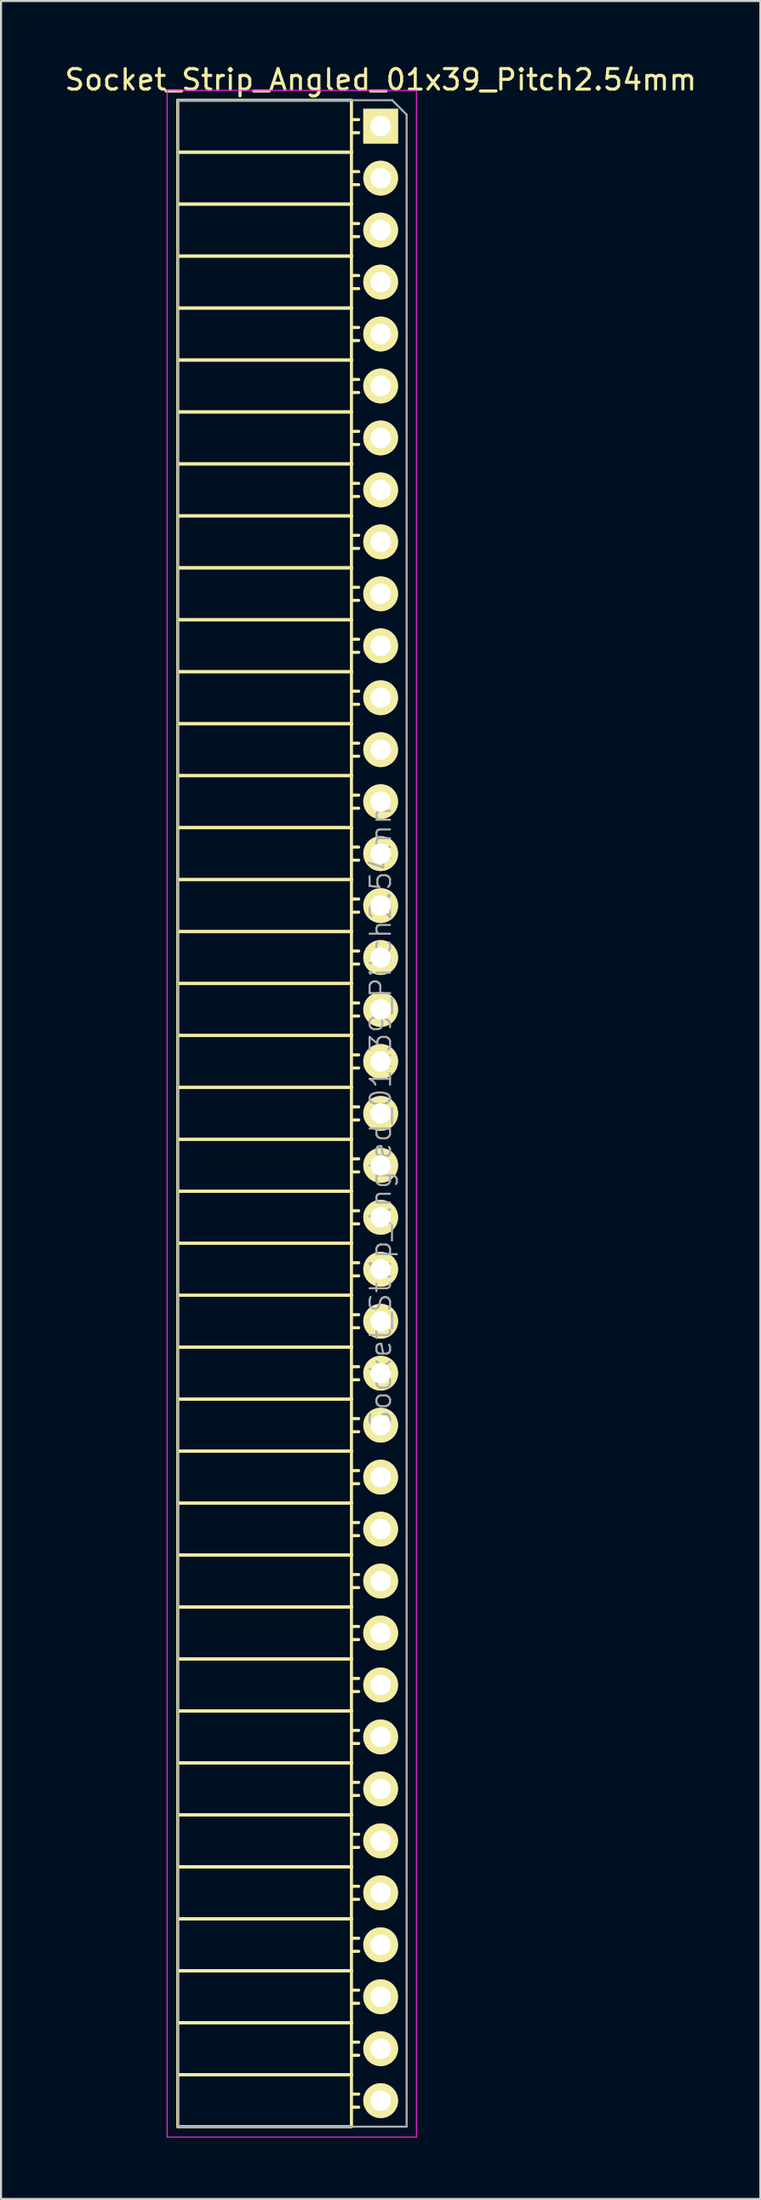
<source format=kicad_pcb>
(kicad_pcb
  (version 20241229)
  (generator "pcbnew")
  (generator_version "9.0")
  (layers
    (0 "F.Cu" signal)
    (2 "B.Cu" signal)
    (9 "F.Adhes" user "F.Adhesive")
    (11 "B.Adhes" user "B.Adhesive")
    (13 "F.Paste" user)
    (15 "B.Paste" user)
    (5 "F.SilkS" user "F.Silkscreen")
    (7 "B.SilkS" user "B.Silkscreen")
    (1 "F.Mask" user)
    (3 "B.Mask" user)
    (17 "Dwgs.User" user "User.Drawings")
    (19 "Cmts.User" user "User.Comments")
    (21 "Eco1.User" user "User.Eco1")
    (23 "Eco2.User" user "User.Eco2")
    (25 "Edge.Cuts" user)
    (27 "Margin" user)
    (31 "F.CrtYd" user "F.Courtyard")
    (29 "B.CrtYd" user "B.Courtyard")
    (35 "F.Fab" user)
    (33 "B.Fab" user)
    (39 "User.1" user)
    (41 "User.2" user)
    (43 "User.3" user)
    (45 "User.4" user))
  (footprint "Socket_Strip_Angled_01x39_Pitch2.54mm"
    (layer "F.Cu")
    (at 15.577 3.118)
    (property "Reference" "Socket_Strip_Angled_01x39_Pitch2.54mm" (at 0 -2.27 0) (layer "F.SilkS") (effects (font (size 1 1) (thickness 0.15))))
    (attr smd)
    (fp_line (start -9.93 -1.27) (end -9.93 1.27) (stroke (width 0.15) (type solid)) (layer "F.SilkS"))
    (fp_line (start -9.93 -1.27) (end -1.43 -1.27) (stroke (width 0.15) (type solid)) (layer "F.SilkS"))
    (fp_line (start -9.93 1.27) (end -9.93 3.81) (stroke (width 0.15) (type solid)) (layer "F.SilkS"))
    (fp_line (start -9.93 1.27) (end -1.43 1.27) (stroke (width 0.15) (type solid)) (layer "F.SilkS"))
    (fp_line (start -9.93 1.27) (end -1.43 1.27) (stroke (width 0.15) (type solid)) (layer "F.SilkS"))
    (fp_line (start -9.93 3.81) (end -9.93 6.35) (stroke (width 0.15) (type solid)) (layer "F.SilkS"))
    (fp_line (start -9.93 3.81) (end -1.43 3.81) (stroke (width 0.15) (type solid)) (layer "F.SilkS"))
    (fp_line (start -9.93 3.81) (end -1.43 3.81) (stroke (width 0.15) (type solid)) (layer "F.SilkS"))
    (fp_line (start -9.93 6.35) (end -9.93 8.89) (stroke (width 0.15) (type solid)) (layer "F.SilkS"))
    (fp_line (start -9.93 6.35) (end -1.43 6.35) (stroke (width 0.15) (type solid)) (layer "F.SilkS"))
    (fp_line (start -9.93 6.35) (end -1.43 6.35) (stroke (width 0.15) (type solid)) (layer "F.SilkS"))
    (fp_line (start -9.93 8.89) (end -9.93 11.43) (stroke (width 0.15) (type solid)) (layer "F.SilkS"))
    (fp_line (start -9.93 8.89) (end -1.43 8.89) (stroke (width 0.15) (type solid)) (layer "F.SilkS"))
    (fp_line (start -9.93 8.89) (end -1.43 8.89) (stroke (width 0.15) (type solid)) (layer "F.SilkS"))
    (fp_line (start -9.93 11.43) (end -9.93 13.97) (stroke (width 0.15) (type solid)) (layer "F.SilkS"))
    (fp_line (start -9.93 11.43) (end -1.43 11.43) (stroke (width 0.15) (type solid)) (layer "F.SilkS"))
    (fp_line (start -9.93 11.43) (end -1.43 11.43) (stroke (width 0.15) (type solid)) (layer "F.SilkS"))
    (fp_line (start -9.93 13.97) (end -9.93 16.51) (stroke (width 0.15) (type solid)) (layer "F.SilkS"))
    (fp_line (start -9.93 13.97) (end -1.43 13.97) (stroke (width 0.15) (type solid)) (layer "F.SilkS"))
    (fp_line (start -9.93 13.97) (end -1.43 13.97) (stroke (width 0.15) (type solid)) (layer "F.SilkS"))
    (fp_line (start -9.93 16.51) (end -9.93 19.05) (stroke (width 0.15) (type solid)) (layer "F.SilkS"))
    (fp_line (start -9.93 16.51) (end -1.43 16.51) (stroke (width 0.15) (type solid)) (layer "F.SilkS"))
    (fp_line (start -9.93 16.51) (end -1.43 16.51) (stroke (width 0.15) (type solid)) (layer "F.SilkS"))
    (fp_line (start -9.93 19.05) (end -9.93 21.59) (stroke (width 0.15) (type solid)) (layer "F.SilkS"))
    (fp_line (start -9.93 19.05) (end -1.43 19.05) (stroke (width 0.15) (type solid)) (layer "F.SilkS"))
    (fp_line (start -9.93 19.05) (end -1.43 19.05) (stroke (width 0.15) (type solid)) (layer "F.SilkS"))
    (fp_line (start -9.93 21.59) (end -9.93 24.13) (stroke (width 0.15) (type solid)) (layer "F.SilkS"))
    (fp_line (start -9.93 21.59) (end -1.43 21.59) (stroke (width 0.15) (type solid)) (layer "F.SilkS"))
    (fp_line (start -9.93 21.59) (end -1.43 21.59) (stroke (width 0.15) (type solid)) (layer "F.SilkS"))
    (fp_line (start -9.93 24.13) (end -9.93 26.67) (stroke (width 0.15) (type solid)) (layer "F.SilkS"))
    (fp_line (start -9.93 24.13) (end -1.43 24.13) (stroke (width 0.15) (type solid)) (layer "F.SilkS"))
    (fp_line (start -9.93 24.13) (end -1.43 24.13) (stroke (width 0.15) (type solid)) (layer "F.SilkS"))
    (fp_line (start -9.93 26.67) (end -9.93 29.21) (stroke (width 0.15) (type solid)) (layer "F.SilkS"))
    (fp_line (start -9.93 26.67) (end -1.43 26.67) (stroke (width 0.15) (type solid)) (layer "F.SilkS"))
    (fp_line (start -9.93 26.67) (end -1.43 26.67) (stroke (width 0.15) (type solid)) (layer "F.SilkS"))
    (fp_line (start -9.93 29.21) (end -9.93 31.75) (stroke (width 0.15) (type solid)) (layer "F.SilkS"))
    (fp_line (start -9.93 29.21) (end -1.43 29.21) (stroke (width 0.15) (type solid)) (layer "F.SilkS"))
    (fp_line (start -9.93 29.21) (end -1.43 29.21) (stroke (width 0.15) (type solid)) (layer "F.SilkS"))
    (fp_line (start -9.93 31.75) (end -9.93 34.29) (stroke (width 0.15) (type solid)) (layer "F.SilkS"))
    (fp_line (start -9.93 31.75) (end -1.43 31.75) (stroke (width 0.15) (type solid)) (layer "F.SilkS"))
    (fp_line (start -9.93 31.75) (end -1.43 31.75) (stroke (width 0.15) (type solid)) (layer "F.SilkS"))
    (fp_line (start -9.93 34.29) (end -9.93 36.83) (stroke (width 0.15) (type solid)) (layer "F.SilkS"))
    (fp_line (start -9.93 34.29) (end -1.43 34.29) (stroke (width 0.15) (type solid)) (layer "F.SilkS"))
    (fp_line (start -9.93 34.29) (end -1.43 34.29) (stroke (width 0.15) (type solid)) (layer "F.SilkS"))
    (fp_line (start -9.93 36.83) (end -9.93 39.37) (stroke (width 0.15) (type solid)) (layer "F.SilkS"))
    (fp_line (start -9.93 36.83) (end -1.43 36.83) (stroke (width 0.15) (type solid)) (layer "F.SilkS"))
    (fp_line (start -9.93 36.83) (end -1.43 36.83) (stroke (width 0.15) (type solid)) (layer "F.SilkS"))
    (fp_line (start -9.93 39.37) (end -9.93 41.91) (stroke (width 0.15) (type solid)) (layer "F.SilkS"))
    (fp_line (start -9.93 39.37) (end -1.43 39.37) (stroke (width 0.15) (type solid)) (layer "F.SilkS"))
    (fp_line (start -9.93 39.37) (end -1.43 39.37) (stroke (width 0.15) (type solid)) (layer "F.SilkS"))
    (fp_line (start -9.93 41.91) (end -9.93 44.45) (stroke (width 0.15) (type solid)) (layer "F.SilkS"))
    (fp_line (start -9.93 41.91) (end -1.43 41.91) (stroke (width 0.15) (type solid)) (layer "F.SilkS"))
    (fp_line (start -9.93 41.91) (end -1.43 41.91) (stroke (width 0.15) (type solid)) (layer "F.SilkS"))
    (fp_line (start -9.93 44.45) (end -9.93 46.99) (stroke (width 0.15) (type solid)) (layer "F.SilkS"))
    (fp_line (start -9.93 44.45) (end -1.43 44.45) (stroke (width 0.15) (type solid)) (layer "F.SilkS"))
    (fp_line (start -9.93 44.45) (end -1.43 44.45) (stroke (width 0.15) (type solid)) (layer "F.SilkS"))
    (fp_line (start -9.93 46.99) (end -9.93 49.53) (stroke (width 0.15) (type solid)) (layer "F.SilkS"))
    (fp_line (start -9.93 46.99) (end -1.43 46.99) (stroke (width 0.15) (type solid)) (layer "F.SilkS"))
    (fp_line (start -9.93 46.99) (end -1.43 46.99) (stroke (width 0.15) (type solid)) (layer "F.SilkS"))
    (fp_line (start -9.93 49.53) (end -9.93 52.07) (stroke (width 0.15) (type solid)) (layer "F.SilkS"))
    (fp_line (start -9.93 49.53) (end -1.43 49.53) (stroke (width 0.15) (type solid)) (layer "F.SilkS"))
    (fp_line (start -9.93 49.53) (end -1.43 49.53) (stroke (width 0.15) (type solid)) (layer "F.SilkS"))
    (fp_line (start -9.93 52.07) (end -9.93 54.61) (stroke (width 0.15) (type solid)) (layer "F.SilkS"))
    (fp_line (start -9.93 52.07) (end -1.43 52.07) (stroke (width 0.15) (type solid)) (layer "F.SilkS"))
    (fp_line (start -9.93 52.07) (end -1.43 52.07) (stroke (width 0.15) (type solid)) (layer "F.SilkS"))
    (fp_line (start -9.93 54.61) (end -9.93 57.15) (stroke (width 0.15) (type solid)) (layer "F.SilkS"))
    (fp_line (start -9.93 54.61) (end -1.43 54.61) (stroke (width 0.15) (type solid)) (layer "F.SilkS"))
    (fp_line (start -9.93 54.61) (end -1.43 54.61) (stroke (width 0.15) (type solid)) (layer "F.SilkS"))
    (fp_line (start -9.93 57.15) (end -9.93 59.69) (stroke (width 0.15) (type solid)) (layer "F.SilkS"))
    (fp_line (start -9.93 57.15) (end -1.43 57.15) (stroke (width 0.15) (type solid)) (layer "F.SilkS"))
    (fp_line (start -9.93 57.15) (end -1.43 57.15) (stroke (width 0.15) (type solid)) (layer "F.SilkS"))
    (fp_line (start -9.93 59.69) (end -9.93 62.23) (stroke (width 0.15) (type solid)) (layer "F.SilkS"))
    (fp_line (start -9.93 59.69) (end -1.43 59.69) (stroke (width 0.15) (type solid)) (layer "F.SilkS"))
    (fp_line (start -9.93 59.69) (end -1.43 59.69) (stroke (width 0.15) (type solid)) (layer "F.SilkS"))
    (fp_line (start -9.93 62.23) (end -9.93 64.77) (stroke (width 0.15) (type solid)) (layer "F.SilkS"))
    (fp_line (start -9.93 62.23) (end -1.43 62.23) (stroke (width 0.15) (type solid)) (layer "F.SilkS"))
    (fp_line (start -9.93 62.23) (end -1.43 62.23) (stroke (width 0.15) (type solid)) (layer "F.SilkS"))
    (fp_line (start -9.93 64.77) (end -9.93 67.31) (stroke (width 0.15) (type solid)) (layer "F.SilkS"))
    (fp_line (start -9.93 64.77) (end -1.43 64.77) (stroke (width 0.15) (type solid)) (layer "F.SilkS"))
    (fp_line (start -9.93 64.77) (end -1.43 64.77) (stroke (width 0.15) (type solid)) (layer "F.SilkS"))
    (fp_line (start -9.93 67.31) (end -9.93 69.85) (stroke (width 0.15) (type solid)) (layer "F.SilkS"))
    (fp_line (start -9.93 67.31) (end -1.43 67.31) (stroke (width 0.15) (type solid)) (layer "F.SilkS"))
    (fp_line (start -9.93 67.31) (end -1.43 67.31) (stroke (width 0.15) (type solid)) (layer "F.SilkS"))
    (fp_line (start -9.93 69.85) (end -9.93 72.39) (stroke (width 0.15) (type solid)) (layer "F.SilkS"))
    (fp_line (start -9.93 69.85) (end -1.43 69.85) (stroke (width 0.15) (type solid)) (layer "F.SilkS"))
    (fp_line (start -9.93 69.85) (end -1.43 69.85) (stroke (width 0.15) (type solid)) (layer "F.SilkS"))
    (fp_line (start -9.93 72.39) (end -9.93 74.93) (stroke (width 0.15) (type solid)) (layer "F.SilkS"))
    (fp_line (start -9.93 72.39) (end -1.43 72.39) (stroke (width 0.15) (type solid)) (layer "F.SilkS"))
    (fp_line (start -9.93 72.39) (end -1.43 72.39) (stroke (width 0.15) (type solid)) (layer "F.SilkS"))
    (fp_line (start -9.93 74.93) (end -9.93 77.47) (stroke (width 0.15) (type solid)) (layer "F.SilkS"))
    (fp_line (start -9.93 74.93) (end -1.43 74.93) (stroke (width 0.15) (type solid)) (layer "F.SilkS"))
    (fp_line (start -9.93 74.93) (end -1.43 74.93) (stroke (width 0.15) (type solid)) (layer "F.SilkS"))
    (fp_line (start -9.93 77.47) (end -9.93 80.01) (stroke (width 0.15) (type solid)) (layer "F.SilkS"))
    (fp_line (start -9.93 77.47) (end -1.43 77.47) (stroke (width 0.15) (type solid)) (layer "F.SilkS"))
    (fp_line (start -9.93 77.47) (end -1.43 77.47) (stroke (width 0.15) (type solid)) (layer "F.SilkS"))
    (fp_line (start -9.93 80.01) (end -9.93 82.55) (stroke (width 0.15) (type solid)) (layer "F.SilkS"))
    (fp_line (start -9.93 80.01) (end -1.43 80.01) (stroke (width 0.15) (type solid)) (layer "F.SilkS"))
    (fp_line (start -9.93 80.01) (end -1.43 80.01) (stroke (width 0.15) (type solid)) (layer "F.SilkS"))
    (fp_line (start -9.93 82.55) (end -9.93 85.09) (stroke (width 0.15) (type solid)) (layer "F.SilkS"))
    (fp_line (start -9.93 82.55) (end -1.43 82.55) (stroke (width 0.15) (type solid)) (layer "F.SilkS"))
    (fp_line (start -9.93 82.55) (end -1.43 82.55) (stroke (width 0.15) (type solid)) (layer "F.SilkS"))
    (fp_line (start -9.93 85.09) (end -9.93 87.63) (stroke (width 0.15) (type solid)) (layer "F.SilkS"))
    (fp_line (start -9.93 85.09) (end -1.43 85.09) (stroke (width 0.15) (type solid)) (layer "F.SilkS"))
    (fp_line (start -9.93 85.09) (end -1.43 85.09) (stroke (width 0.15) (type solid)) (layer "F.SilkS"))
    (fp_line (start -9.93 87.63) (end -9.93 90.17) (stroke (width 0.15) (type solid)) (layer "F.SilkS"))
    (fp_line (start -9.93 87.63) (end -1.43 87.63) (stroke (width 0.15) (type solid)) (layer "F.SilkS"))
    (fp_line (start -9.93 87.63) (end -1.43 87.63) (stroke (width 0.15) (type solid)) (layer "F.SilkS"))
    (fp_line (start -9.93 90.17) (end -9.93 92.71) (stroke (width 0.15) (type solid)) (layer "F.SilkS"))
    (fp_line (start -9.93 90.17) (end -1.43 90.17) (stroke (width 0.15) (type solid)) (layer "F.SilkS"))
    (fp_line (start -9.93 90.17) (end -1.43 90.17) (stroke (width 0.15) (type solid)) (layer "F.SilkS"))
    (fp_line (start -9.93 92.71) (end -9.93 95.25) (stroke (width 0.15) (type solid)) (layer "F.SilkS"))
    (fp_line (start -9.93 92.71) (end -1.43 92.71) (stroke (width 0.15) (type solid)) (layer "F.SilkS"))
    (fp_line (start -9.93 92.71) (end -1.43 92.71) (stroke (width 0.15) (type solid)) (layer "F.SilkS"))
    (fp_line (start -9.93 95.25) (end -9.93 97.79) (stroke (width 0.15) (type solid)) (layer "F.SilkS"))
    (fp_line (start -9.93 95.25) (end -1.43 95.25) (stroke (width 0.15) (type solid)) (layer "F.SilkS"))
    (fp_line (start -9.93 95.25) (end -1.43 95.25) (stroke (width 0.15) (type solid)) (layer "F.SilkS"))
    (fp_line (start -9.93 97.79) (end -1.43 97.79) (stroke (width 0.15) (type solid)) (layer "F.SilkS"))
    (fp_line (start -1.43 -1.27) (end -1.43 1.27) (stroke (width 0.15) (type solid)) (layer "F.SilkS"))
    (fp_line (start -1.43 -0.32) (end -1.075 -0.32) (stroke (width 0.15) (type solid)) (layer "F.SilkS"))
    (fp_line (start -1.43 0.32) (end -1.075 0.32) (stroke (width 0.15) (type solid)) (layer "F.SilkS"))
    (fp_line (start -1.43 1.27) (end -1.43 3.81) (stroke (width 0.15) (type solid)) (layer "F.SilkS"))
    (fp_line (start -1.43 2.22) (end -1.075 2.22) (stroke (width 0.15) (type solid)) (layer "F.SilkS"))
    (fp_line (start -1.43 2.86) (end -1.075 2.86) (stroke (width 0.15) (type solid)) (layer "F.SilkS"))
    (fp_line (start -1.43 3.81) (end -1.43 6.35) (stroke (width 0.15) (type solid)) (layer "F.SilkS"))
    (fp_line (start -1.43 4.76) (end -1.075 4.76) (stroke (width 0.15) (type solid)) (layer "F.SilkS"))
    (fp_line (start -1.43 5.4) (end -1.075 5.4) (stroke (width 0.15) (type solid)) (layer "F.SilkS"))
    (fp_line (start -1.43 6.35) (end -1.43 8.89) (stroke (width 0.15) (type solid)) (layer "F.SilkS"))
    (fp_line (start -1.43 7.3) (end -1.075 7.3) (stroke (width 0.15) (type solid)) (layer "F.SilkS"))
    (fp_line (start -1.43 7.94) (end -1.075 7.94) (stroke (width 0.15) (type solid)) (layer "F.SilkS"))
    (fp_line (start -1.43 8.89) (end -1.43 11.43) (stroke (width 0.15) (type solid)) (layer "F.SilkS"))
    (fp_line (start -1.43 9.84) (end -1.075 9.84) (stroke (width 0.15) (type solid)) (layer "F.SilkS"))
    (fp_line (start -1.43 10.48) (end -1.075 10.48) (stroke (width 0.15) (type solid)) (layer "F.SilkS"))
    (fp_line (start -1.43 11.43) (end -1.43 13.97) (stroke (width 0.15) (type solid)) (layer "F.SilkS"))
    (fp_line (start -1.43 12.38) (end -1.075 12.38) (stroke (width 0.15) (type solid)) (layer "F.SilkS"))
    (fp_line (start -1.43 13.02) (end -1.075 13.02) (stroke (width 0.15) (type solid)) (layer "F.SilkS"))
    (fp_line (start -1.43 13.97) (end -1.43 16.51) (stroke (width 0.15) (type solid)) (layer "F.SilkS"))
    (fp_line (start -1.43 14.92) (end -1.075 14.92) (stroke (width 0.15) (type solid)) (layer "F.SilkS"))
    (fp_line (start -1.43 15.56) (end -1.075 15.56) (stroke (width 0.15) (type solid)) (layer "F.SilkS"))
    (fp_line (start -1.43 16.51) (end -1.43 19.05) (stroke (width 0.15) (type solid)) (layer "F.SilkS"))
    (fp_line (start -1.43 17.46) (end -1.075 17.46) (stroke (width 0.15) (type solid)) (layer "F.SilkS"))
    (fp_line (start -1.43 18.1) (end -1.075 18.1) (stroke (width 0.15) (type solid)) (layer "F.SilkS"))
    (fp_line (start -1.43 19.05) (end -1.43 21.59) (stroke (width 0.15) (type solid)) (layer "F.SilkS"))
    (fp_line (start -1.43 20) (end -1.075 20) (stroke (width 0.15) (type solid)) (layer "F.SilkS"))
    (fp_line (start -1.43 20.64) (end -1.075 20.64) (stroke (width 0.15) (type solid)) (layer "F.SilkS"))
    (fp_line (start -1.43 21.59) (end -1.43 24.13) (stroke (width 0.15) (type solid)) (layer "F.SilkS"))
    (fp_line (start -1.43 22.54) (end -1.075 22.54) (stroke (width 0.15) (type solid)) (layer "F.SilkS"))
    (fp_line (start -1.43 23.18) (end -1.075 23.18) (stroke (width 0.15) (type solid)) (layer "F.SilkS"))
    (fp_line (start -1.43 24.13) (end -1.43 26.67) (stroke (width 0.15) (type solid)) (layer "F.SilkS"))
    (fp_line (start -1.43 25.08) (end -1.075 25.08) (stroke (width 0.15) (type solid)) (layer "F.SilkS"))
    (fp_line (start -1.43 25.72) (end -1.075 25.72) (stroke (width 0.15) (type solid)) (layer "F.SilkS"))
    (fp_line (start -1.43 26.67) (end -1.43 29.21) (stroke (width 0.15) (type solid)) (layer "F.SilkS"))
    (fp_line (start -1.43 27.62) (end -1.075 27.62) (stroke (width 0.15) (type solid)) (layer "F.SilkS"))
    (fp_line (start -1.43 28.26) (end -1.075 28.26) (stroke (width 0.15) (type solid)) (layer "F.SilkS"))
    (fp_line (start -1.43 29.21) (end -1.43 31.75) (stroke (width 0.15) (type solid)) (layer "F.SilkS"))
    (fp_line (start -1.43 30.16) (end -1.075 30.16) (stroke (width 0.15) (type solid)) (layer "F.SilkS"))
    (fp_line (start -1.43 30.8) (end -1.075 30.8) (stroke (width 0.15) (type solid)) (layer "F.SilkS"))
    (fp_line (start -1.43 31.75) (end -1.43 34.29) (stroke (width 0.15) (type solid)) (layer "F.SilkS"))
    (fp_line (start -1.43 32.7) (end -1.075 32.7) (stroke (width 0.15) (type solid)) (layer "F.SilkS"))
    (fp_line (start -1.43 33.34) (end -1.075 33.34) (stroke (width 0.15) (type solid)) (layer "F.SilkS"))
    (fp_line (start -1.43 34.29) (end -1.43 36.83) (stroke (width 0.15) (type solid)) (layer "F.SilkS"))
    (fp_line (start -1.43 35.24) (end -1.075 35.24) (stroke (width 0.15) (type solid)) (layer "F.SilkS"))
    (fp_line (start -1.43 35.88) (end -1.075 35.88) (stroke (width 0.15) (type solid)) (layer "F.SilkS"))
    (fp_line (start -1.43 36.83) (end -1.43 39.37) (stroke (width 0.15) (type solid)) (layer "F.SilkS"))
    (fp_line (start -1.43 37.78) (end -1.075 37.78) (stroke (width 0.15) (type solid)) (layer "F.SilkS"))
    (fp_line (start -1.43 38.42) (end -1.075 38.42) (stroke (width 0.15) (type solid)) (layer "F.SilkS"))
    (fp_line (start -1.43 39.37) (end -1.43 41.91) (stroke (width 0.15) (type solid)) (layer "F.SilkS"))
    (fp_line (start -1.43 40.32) (end -1.075 40.32) (stroke (width 0.15) (type solid)) (layer "F.SilkS"))
    (fp_line (start -1.43 40.96) (end -1.075 40.96) (stroke (width 0.15) (type solid)) (layer "F.SilkS"))
    (fp_line (start -1.43 41.91) (end -1.43 44.45) (stroke (width 0.15) (type solid)) (layer "F.SilkS"))
    (fp_line (start -1.43 42.86) (end -1.075 42.86) (stroke (width 0.15) (type solid)) (layer "F.SilkS"))
    (fp_line (start -1.43 43.5) (end -1.075 43.5) (stroke (width 0.15) (type solid)) (layer "F.SilkS"))
    (fp_line (start -1.43 44.45) (end -1.43 46.99) (stroke (width 0.15) (type solid)) (layer "F.SilkS"))
    (fp_line (start -1.43 45.4) (end -1.075 45.4) (stroke (width 0.15) (type solid)) (layer "F.SilkS"))
    (fp_line (start -1.43 46.04) (end -1.075 46.04) (stroke (width 0.15) (type solid)) (layer "F.SilkS"))
    (fp_line (start -1.43 46.99) (end -1.43 49.53) (stroke (width 0.15) (type solid)) (layer "F.SilkS"))
    (fp_line (start -1.43 47.94) (end -1.075 47.94) (stroke (width 0.15) (type solid)) (layer "F.SilkS"))
    (fp_line (start -1.43 48.58) (end -1.075 48.58) (stroke (width 0.15) (type solid)) (layer "F.SilkS"))
    (fp_line (start -1.43 49.53) (end -1.43 52.07) (stroke (width 0.15) (type solid)) (layer "F.SilkS"))
    (fp_line (start -1.43 50.48) (end -1.075 50.48) (stroke (width 0.15) (type solid)) (layer "F.SilkS"))
    (fp_line (start -1.43 51.12) (end -1.075 51.12) (stroke (width 0.15) (type solid)) (layer "F.SilkS"))
    (fp_line (start -1.43 52.07) (end -1.43 54.61) (stroke (width 0.15) (type solid)) (layer "F.SilkS"))
    (fp_line (start -1.43 53.02) (end -1.075 53.02) (stroke (width 0.15) (type solid)) (layer "F.SilkS"))
    (fp_line (start -1.43 53.66) (end -1.075 53.66) (stroke (width 0.15) (type solid)) (layer "F.SilkS"))
    (fp_line (start -1.43 54.61) (end -1.43 57.15) (stroke (width 0.15) (type solid)) (layer "F.SilkS"))
    (fp_line (start -1.43 55.56) (end -1.075 55.56) (stroke (width 0.15) (type solid)) (layer "F.SilkS"))
    (fp_line (start -1.43 56.2) (end -1.075 56.2) (stroke (width 0.15) (type solid)) (layer "F.SilkS"))
    (fp_line (start -1.43 57.15) (end -1.43 59.69) (stroke (width 0.15) (type solid)) (layer "F.SilkS"))
    (fp_line (start -1.43 58.1) (end -1.075 58.1) (stroke (width 0.15) (type solid)) (layer "F.SilkS"))
    (fp_line (start -1.43 58.74) (end -1.075 58.74) (stroke (width 0.15) (type solid)) (layer "F.SilkS"))
    (fp_line (start -1.43 59.69) (end -1.43 62.23) (stroke (width 0.15) (type solid)) (layer "F.SilkS"))
    (fp_line (start -1.43 60.64) (end -1.075 60.64) (stroke (width 0.15) (type solid)) (layer "F.SilkS"))
    (fp_line (start -1.43 61.28) (end -1.075 61.28) (stroke (width 0.15) (type solid)) (layer "F.SilkS"))
    (fp_line (start -1.43 62.23) (end -1.43 64.77) (stroke (width 0.15) (type solid)) (layer "F.SilkS"))
    (fp_line (start -1.43 63.18) (end -1.075 63.18) (stroke (width 0.15) (type solid)) (layer "F.SilkS"))
    (fp_line (start -1.43 63.82) (end -1.075 63.82) (stroke (width 0.15) (type solid)) (layer "F.SilkS"))
    (fp_line (start -1.43 64.77) (end -1.43 67.31) (stroke (width 0.15) (type solid)) (layer "F.SilkS"))
    (fp_line (start -1.43 65.72) (end -1.075 65.72) (stroke (width 0.15) (type solid)) (layer "F.SilkS"))
    (fp_line (start -1.43 66.36) (end -1.075 66.36) (stroke (width 0.15) (type solid)) (layer "F.SilkS"))
    (fp_line (start -1.43 67.31) (end -1.43 69.85) (stroke (width 0.15) (type solid)) (layer "F.SilkS"))
    (fp_line (start -1.43 68.26) (end -1.075 68.26) (stroke (width 0.15) (type solid)) (layer "F.SilkS"))
    (fp_line (start -1.43 68.9) (end -1.075 68.9) (stroke (width 0.15) (type solid)) (layer "F.SilkS"))
    (fp_line (start -1.43 69.85) (end -1.43 72.39) (stroke (width 0.15) (type solid)) (layer "F.SilkS"))
    (fp_line (start -1.43 70.8) (end -1.075 70.8) (stroke (width 0.15) (type solid)) (layer "F.SilkS"))
    (fp_line (start -1.43 71.44) (end -1.075 71.44) (stroke (width 0.15) (type solid)) (layer "F.SilkS"))
    (fp_line (start -1.43 72.39) (end -1.43 74.93) (stroke (width 0.15) (type solid)) (layer "F.SilkS"))
    (fp_line (start -1.43 73.34) (end -1.075 73.34) (stroke (width 0.15) (type solid)) (layer "F.SilkS"))
    (fp_line (start -1.43 73.98) (end -1.075 73.98) (stroke (width 0.15) (type solid)) (layer "F.SilkS"))
    (fp_line (start -1.43 74.93) (end -1.43 77.47) (stroke (width 0.15) (type solid)) (layer "F.SilkS"))
    (fp_line (start -1.43 75.88) (end -1.075 75.88) (stroke (width 0.15) (type solid)) (layer "F.SilkS"))
    (fp_line (start -1.43 76.52) (end -1.075 76.52) (stroke (width 0.15) (type solid)) (layer "F.SilkS"))
    (fp_line (start -1.43 77.47) (end -1.43 80.01) (stroke (width 0.15) (type solid)) (layer "F.SilkS"))
    (fp_line (start -1.43 78.42) (end -1.075 78.42) (stroke (width 0.15) (type solid)) (layer "F.SilkS"))
    (fp_line (start -1.43 79.06) (end -1.075 79.06) (stroke (width 0.15) (type solid)) (layer "F.SilkS"))
    (fp_line (start -1.43 80.01) (end -1.43 82.55) (stroke (width 0.15) (type solid)) (layer "F.SilkS"))
    (fp_line (start -1.43 80.96) (end -1.075 80.96) (stroke (width 0.15) (type solid)) (layer "F.SilkS"))
    (fp_line (start -1.43 81.6) (end -1.075 81.6) (stroke (width 0.15) (type solid)) (layer "F.SilkS"))
    (fp_line (start -1.43 82.55) (end -1.43 85.09) (stroke (width 0.15) (type solid)) (layer "F.SilkS"))
    (fp_line (start -1.43 83.5) (end -1.075 83.5) (stroke (width 0.15) (type solid)) (layer "F.SilkS"))
    (fp_line (start -1.43 84.14) (end -1.075 84.14) (stroke (width 0.15) (type solid)) (layer "F.SilkS"))
    (fp_line (start -1.43 85.09) (end -1.43 87.63) (stroke (width 0.15) (type solid)) (layer "F.SilkS"))
    (fp_line (start -1.43 86.04) (end -1.075 86.04) (stroke (width 0.15) (type solid)) (layer "F.SilkS"))
    (fp_line (start -1.43 86.68) (end -1.075 86.68) (stroke (width 0.15) (type solid)) (layer "F.SilkS"))
    (fp_line (start -1.43 87.63) (end -1.43 90.17) (stroke (width 0.15) (type solid)) (layer "F.SilkS"))
    (fp_line (start -1.43 88.58) (end -1.075 88.58) (stroke (width 0.15) (type solid)) (layer "F.SilkS"))
    (fp_line (start -1.43 89.22) (end -1.075 89.22) (stroke (width 0.15) (type solid)) (layer "F.SilkS"))
    (fp_line (start -1.43 90.17) (end -1.43 92.71) (stroke (width 0.15) (type solid)) (layer "F.SilkS"))
    (fp_line (start -1.43 91.12) (end -1.075 91.12) (stroke (width 0.15) (type solid)) (layer "F.SilkS"))
    (fp_line (start -1.43 91.76) (end -1.075 91.76) (stroke (width 0.15) (type solid)) (layer "F.SilkS"))
    (fp_line (start -1.43 92.71) (end -1.43 95.25) (stroke (width 0.15) (type solid)) (layer "F.SilkS"))
    (fp_line (start -1.43 93.66) (end -1.075 93.66) (stroke (width 0.15) (type solid)) (layer "F.SilkS"))
    (fp_line (start -1.43 94.3) (end -1.075 94.3) (stroke (width 0.15) (type solid)) (layer "F.SilkS"))
    (fp_line (start -1.43 95.25) (end -1.43 97.79) (stroke (width 0.15) (type solid)) (layer "F.SilkS"))
    (fp_line (start -1.43 96.2) (end -1.075 96.2) (stroke (width 0.15) (type solid)) (layer "F.SilkS"))
    (fp_line (start -1.43 96.84) (end -1.075 96.84) (stroke (width 0.15) (type solid)) (layer "F.SilkS"))
    (fp_line (start -10.45 -1.75) (end 1.75 -1.75) (stroke (width 0.05) (type solid)) (layer "F.CrtYd"))
    (fp_line (start -10.45 98.3) (end -10.45 -1.75) (stroke (width 0.05) (type solid)) (layer "F.CrtYd"))
    (fp_line (start -10.45 98.3) (end 1.75 98.3) (stroke (width 0.05) (type solid)) (layer "F.CrtYd"))
    (fp_line (start 1.75 98.3) (end 1.75 -1.75) (stroke (width 0.05) (type solid)) (layer "F.CrtYd"))
    (fp_line (start -9.93 -1.27) (end 0.563 -1.27) (stroke (width 0.1) (type solid)) (layer "F.Fab"))
    (fp_line (start -9.93 97.79) (end -9.93 -1.27) (stroke (width 0.1) (type solid)) (layer "F.Fab"))
    (fp_line (start -9.93 97.79) (end 1.27 97.79) (stroke (width 0.1) (type solid)) (layer "F.Fab"))
    (fp_line (start 1.27 -0.563) (end 0.563 -1.27) (stroke (width 0.1) (type solid)) (layer "F.Fab"))
    (fp_line (start 1.27 97.79) (end 1.27 -0.563) (stroke (width 0.1) (type solid)) (layer "F.Fab"))
    (fp_text user "${REFERENCE}" (at 0 48.26 90) (layer "F.Fab") (effects (font (size 1 1) (thickness 0.1))))
    (pad "1" thru_hole rect (at 0 0) (size 1.7 1.7) (drill 1) (layers "*.Cu" "*.Mask" "F.SilkS"))
    (pad "2" thru_hole oval (at 0 2.54) (size 1.7 1.7) (drill 1) (layers "*.Cu" "*.Mask" "F.SilkS"))
    (pad "3" thru_hole oval (at 0 5.08) (size 1.7 1.7) (drill 1) (layers "*.Cu" "*.Mask" "F.SilkS"))
    (pad "4" thru_hole oval (at 0 7.62) (size 1.7 1.7) (drill 1) (layers "*.Cu" "*.Mask" "F.SilkS"))
    (pad "5" thru_hole oval (at 0 10.16) (size 1.7 1.7) (drill 1) (layers "*.Cu" "*.Mask" "F.SilkS"))
    (pad "6" thru_hole oval (at 0 12.7) (size 1.7 1.7) (drill 1) (layers "*.Cu" "*.Mask" "F.SilkS"))
    (pad "7" thru_hole oval (at 0 15.24) (size 1.7 1.7) (drill 1) (layers "*.Cu" "*.Mask" "F.SilkS"))
    (pad "8" thru_hole oval (at 0 17.78) (size 1.7 1.7) (drill 1) (layers "*.Cu" "*.Mask" "F.SilkS"))
    (pad "9" thru_hole oval (at 0 20.32) (size 1.7 1.7) (drill 1) (layers "*.Cu" "*.Mask" "F.SilkS"))
    (pad "10" thru_hole oval (at 0 22.86) (size 1.7 1.7) (drill 1) (layers "*.Cu" "*.Mask" "F.SilkS"))
    (pad "11" thru_hole oval (at 0 25.4) (size 1.7 1.7) (drill 1) (layers "*.Cu" "*.Mask" "F.SilkS"))
    (pad "12" thru_hole oval (at 0 27.94) (size 1.7 1.7) (drill 1) (layers "*.Cu" "*.Mask" "F.SilkS"))
    (pad "13" thru_hole oval (at 0 30.48) (size 1.7 1.7) (drill 1) (layers "*.Cu" "*.Mask" "F.SilkS"))
    (pad "14" thru_hole oval (at 0 33.02) (size 1.7 1.7) (drill 1) (layers "*.Cu" "*.Mask" "F.SilkS"))
    (pad "15" thru_hole oval (at 0 35.56) (size 1.7 1.7) (drill 1) (layers "*.Cu" "*.Mask" "F.SilkS"))
    (pad "16" thru_hole oval (at 0 38.1) (size 1.7 1.7) (drill 1) (layers "*.Cu" "*.Mask" "F.SilkS"))
    (pad "17" thru_hole oval (at 0 40.64) (size 1.7 1.7) (drill 1) (layers "*.Cu" "*.Mask" "F.SilkS"))
    (pad "18" thru_hole oval (at 0 43.18) (size 1.7 1.7) (drill 1) (layers "*.Cu" "*.Mask" "F.SilkS"))
    (pad "19" thru_hole oval (at 0 45.72) (size 1.7 1.7) (drill 1) (layers "*.Cu" "*.Mask" "F.SilkS"))
    (pad "20" thru_hole oval (at 0 48.26) (size 1.7 1.7) (drill 1) (layers "*.Cu" "*.Mask" "F.SilkS"))
    (pad "21" thru_hole oval (at 0 50.8) (size 1.7 1.7) (drill 1) (layers "*.Cu" "*.Mask" "F.SilkS"))
    (pad "22" thru_hole oval (at 0 53.34) (size 1.7 1.7) (drill 1) (layers "*.Cu" "*.Mask" "F.SilkS"))
    (pad "23" thru_hole oval (at 0 55.88) (size 1.7 1.7) (drill 1) (layers "*.Cu" "*.Mask" "F.SilkS"))
    (pad "24" thru_hole oval (at 0 58.42) (size 1.7 1.7) (drill 1) (layers "*.Cu" "*.Mask" "F.SilkS"))
    (pad "25" thru_hole oval (at 0 60.96) (size 1.7 1.7) (drill 1) (layers "*.Cu" "*.Mask" "F.SilkS"))
    (pad "26" thru_hole oval (at 0 63.5) (size 1.7 1.7) (drill 1) (layers "*.Cu" "*.Mask" "F.SilkS"))
    (pad "27" thru_hole oval (at 0 66.04) (size 1.7 1.7) (drill 1) (layers "*.Cu" "*.Mask" "F.SilkS"))
    (pad "28" thru_hole oval (at 0 68.58) (size 1.7 1.7) (drill 1) (layers "*.Cu" "*.Mask" "F.SilkS"))
    (pad "29" thru_hole oval (at 0 71.12) (size 1.7 1.7) (drill 1) (layers "*.Cu" "*.Mask" "F.SilkS"))
    (pad "30" thru_hole oval (at 0 73.66) (size 1.7 1.7) (drill 1) (layers "*.Cu" "*.Mask" "F.SilkS"))
    (pad "31" thru_hole oval (at 0 76.2) (size 1.7 1.7) (drill 1) (layers "*.Cu" "*.Mask" "F.SilkS"))
    (pad "32" thru_hole oval (at 0 78.74) (size 1.7 1.7) (drill 1) (layers "*.Cu" "*.Mask" "F.SilkS"))
    (pad "33" thru_hole oval (at 0 81.28) (size 1.7 1.7) (drill 1) (layers "*.Cu" "*.Mask" "F.SilkS"))
    (pad "34" thru_hole oval (at 0 83.82) (size 1.7 1.7) (drill 1) (layers "*.Cu" "*.Mask" "F.SilkS"))
    (pad "35" thru_hole oval (at 0 86.36) (size 1.7 1.7) (drill 1) (layers "*.Cu" "*.Mask" "F.SilkS"))
    (pad "36" thru_hole oval (at 0 88.9) (size 1.7 1.7) (drill 1) (layers "*.Cu" "*.Mask" "F.SilkS"))
    (pad "37" thru_hole oval (at 0 91.44) (size 1.7 1.7) (drill 1) (layers "*.Cu" "*.Mask" "F.SilkS"))
    (pad "38" thru_hole oval (at 0 93.98) (size 1.7 1.7) (drill 1) (layers "*.Cu" "*.Mask" "F.SilkS"))
    (pad "39" thru_hole oval (at 0 96.52) (size 1.7 1.7) (drill 1) (layers "*.Cu" "*.Mask" "F.SilkS")))
  (gr_rect
    (start -3 -3)
    (end 34.155 104.443)
    (stroke (width 0.1) (type default))
    (fill no)
    (layer "Edge.Cuts")))
</source>
